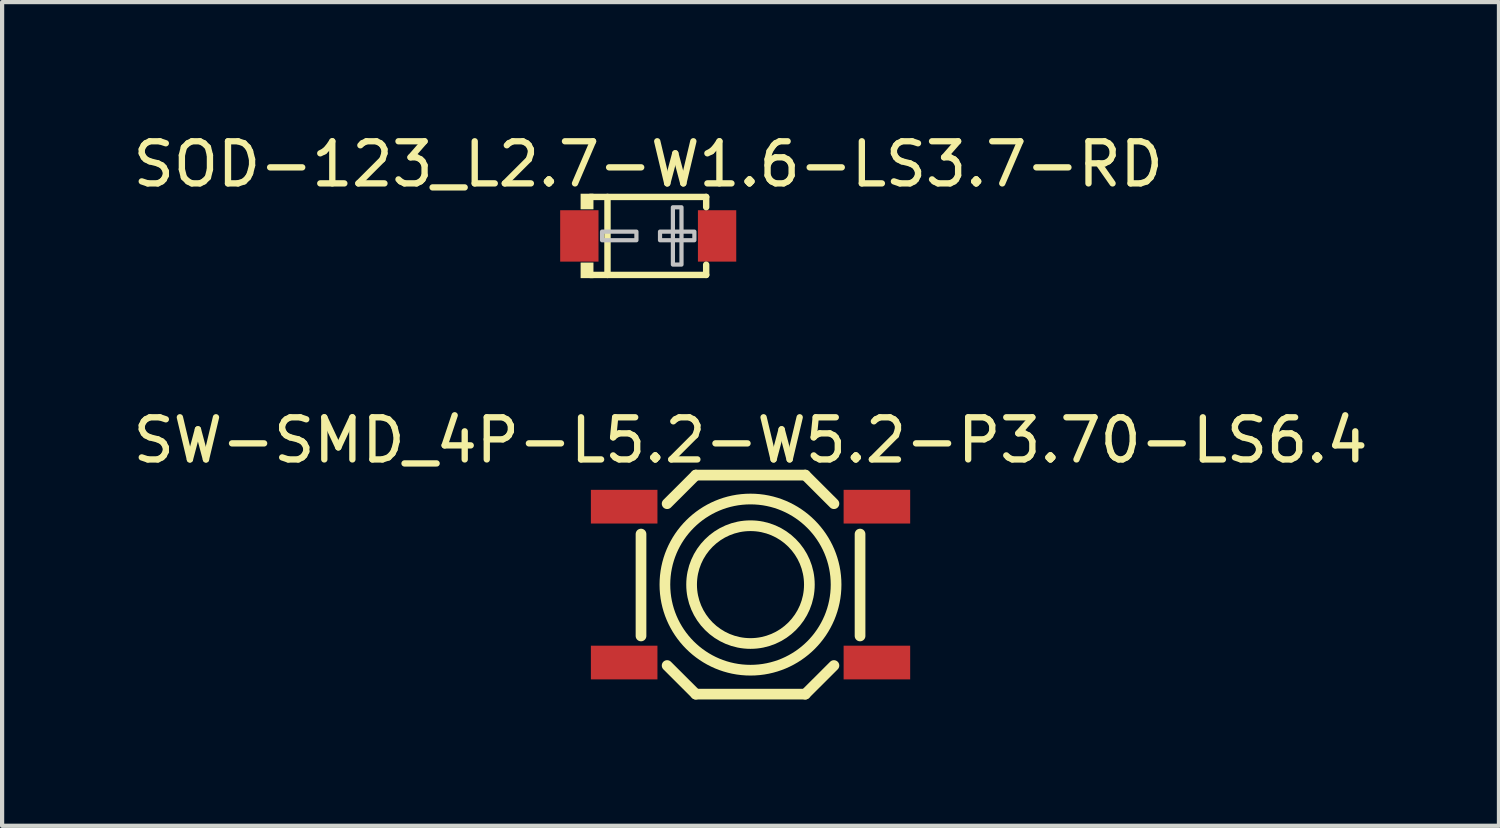
<source format=kicad_pcb>
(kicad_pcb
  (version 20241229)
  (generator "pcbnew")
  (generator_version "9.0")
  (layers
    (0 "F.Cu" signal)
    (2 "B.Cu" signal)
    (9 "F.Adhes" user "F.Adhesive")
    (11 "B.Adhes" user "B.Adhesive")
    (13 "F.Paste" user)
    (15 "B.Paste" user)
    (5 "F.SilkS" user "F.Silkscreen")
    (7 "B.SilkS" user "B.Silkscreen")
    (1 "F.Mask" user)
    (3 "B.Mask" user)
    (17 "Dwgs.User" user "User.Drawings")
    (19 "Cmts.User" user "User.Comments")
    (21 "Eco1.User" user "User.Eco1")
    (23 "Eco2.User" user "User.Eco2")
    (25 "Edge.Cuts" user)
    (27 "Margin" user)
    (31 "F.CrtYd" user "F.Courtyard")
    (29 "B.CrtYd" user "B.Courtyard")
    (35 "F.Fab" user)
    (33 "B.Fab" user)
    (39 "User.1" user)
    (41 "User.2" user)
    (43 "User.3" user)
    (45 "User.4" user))
  (footprint "SOD-123_L2.7-W1.6-LS3.7-RD"
    (layer "F.Cu")
    (at 12.339 2.551)
    (property "Reference" "SOD-123_L2.7-W1.6-LS3.7-RD" (at 0 -1.702 0) (layer "F.SilkS") (effects (font (size 1 1) (thickness 0.15))))
    (fp_line (start -1.376 -0.926) (end 1.376 -0.926) (stroke (width 0.152) (type default)) (layer "F.SilkS"))
    (fp_line (start -1.376 0.926) (end 1.376 0.926) (stroke (width 0.152) (type default)) (layer "F.SilkS"))
    (fp_line (start -0.967 -0.926) (end -0.967 0.926) (stroke (width 0.152) (type default)) (layer "F.SilkS"))
    (fp_line (start 1.376 -0.926) (end 1.376 -0.683) (stroke (width 0.152) (type default)) (layer "F.SilkS"))
    (fp_line (start 1.376 0.926) (end 1.376 0.683) (stroke (width 0.152) (type default)) (layer "F.SilkS"))
    (fp_poly (pts (xy -1.3 -1.002) (xy -1.3 -0.632) (xy -1.605 -0.632) (xy -1.605 -1.002)) (stroke (width 0) (type default)) (fill yes) (layer "F.SilkS"))
    (fp_poly (pts (xy -1.3 1.002) (xy -1.3 0.632) (xy -1.605 0.632) (xy -1.605 1.002)) (stroke (width 0) (type default)) (fill yes) (layer "F.SilkS"))
    (fp_poly (pts (xy -1.096 -0.102) (xy -1.096 0.102) (xy -0.28 0.102) (xy -0.28 -0.102)) (stroke (width 0.1) (type default)) (fill no) (layer "Dwgs.User"))
    (fp_poly (pts (xy 0.79 -0.68) (xy 0.79 0.68) (xy 0.586 0.68) (xy 0.586 -0.68)) (stroke (width 0.1) (type default)) (fill no) (layer "Dwgs.User"))
    (fp_poly (pts (xy 1.096 -0.102) (xy 1.096 0.102) (xy 0.28 0.102) (xy 0.28 -0.102)) (stroke (width 0.1) (type default)) (fill no) (layer "Dwgs.User"))
    (fp_poly (pts (xy -1.845 -0.3) (xy -1.595 -0.3) (xy -1.595 0.3) (xy -1.845 0.3)) (stroke (width 0.1) (type default)) (fill no) (layer "User.1"))
    (fp_poly (pts (xy -1.81 0.3) (xy -1.33 0.3) (xy -1.33 -0.3) (xy -1.81 -0.3)) (stroke (width 0.1) (type default)) (fill no) (layer "User.1"))
    (fp_poly (pts (xy 1.595 -0.3) (xy 1.845 -0.3) (xy 1.845 0.3) (xy 1.595 0.3)) (stroke (width 0.1) (type default)) (fill no) (layer "User.1"))
    (fp_poly (pts (xy 1.81 -0.3) (xy 1.33 -0.3) (xy 1.33 0.3) (xy 1.81 0.3)) (stroke (width 0.1) (type default)) (fill no) (layer "User.1"))
    (fp_line (start -1.345 -0.8) (end 1.345 -0.8) (stroke (width 0.051) (type default)) (layer "User.2"))
    (fp_line (start -1.345 0.8) (end -1.345 -0.8) (stroke (width 0.051) (type default)) (layer "User.2"))
    (fp_line (start 1.345 -0.8) (end 1.345 0.8) (stroke (width 0.051) (type default)) (layer "User.2"))
    (fp_line (start 1.345 0.8) (end -1.345 0.8) (stroke (width 0.051) (type default)) (layer "User.2"))
    (fp_poly (pts (xy -1.795 0.777) (xy -1.827 0.745) (xy -1.873 0.745) (xy -1.905 0.777) (xy -1.905 0.823) (xy -1.873 0.855) (xy -1.827 0.855) (xy -1.795 0.823)) (stroke (width 0.1) (type default)) (fill no) (layer "User.3"))
    (pad "1" smd rect (at -1.635 0) (size 0.91 1.22) (layers "F.Cu" "F.Mask" "F.Paste"))
    (pad "2" smd rect (at 1.635 0) (size 0.91 1.22) (layers "F.Cu" "F.Mask" "F.Paste")))
  (footprint "SW-SMD_4P-L5.2-W5.2-P3.70-LS6.4"
    (layer "F.Cu")
    (at 14.768 10.829)
    (property "Reference" "SW-SMD_4P-L5.2-W5.2-P3.70-LS6.4" (at 0 -3.427 0) (layer "F.SilkS") (effects (font (size 1 1) (thickness 0.15))))
    (fp_line (start -2.6 -1.2) (end -2.6 1.219) (stroke (width 0.254) (type default)) (layer "F.SilkS"))
    (fp_line (start -1.98 1.921) (end -1.3 2.6) (stroke (width 0.254) (type default)) (layer "F.SilkS"))
    (fp_line (start -1.3 -2.6) (end -1.98 -1.921) (stroke (width 0.254) (type default)) (layer "F.SilkS"))
    (fp_line (start -1.3 2.6) (end 1.3 2.6) (stroke (width 0.254) (type default)) (layer "F.SilkS"))
    (fp_line (start 1.3 -2.6) (end -1.3 -2.6) (stroke (width 0.254) (type default)) (layer "F.SilkS"))
    (fp_line (start 1.3 2.6) (end 1.98 1.921) (stroke (width 0.254) (type default)) (layer "F.SilkS"))
    (fp_line (start 1.98 -1.921) (end 1.3 -2.6) (stroke (width 0.254) (type default)) (layer "F.SilkS"))
    (fp_line (start 2.6 -1.2) (end 2.6 1.219) (stroke (width 0.254) (type default)) (layer "F.SilkS"))
    (fp_circle (center -0.001 0) (end 1.397 0) (stroke (width 0.254) (type default)) (fill no) (layer "F.SilkS"))
    (fp_circle (center -0.001 0) (end 2.031 0) (stroke (width 0.254) (type default)) (fill no) (layer "F.SilkS"))
    (fp_poly (pts (xy -3.2 -1.6) (xy -3.2 -2.1) (xy -2.7 -2.1) (xy -2.7 -1.6)) (stroke (width 0.1) (type default)) (fill no) (layer "User.1"))
    (fp_poly (pts (xy -3.2 2.1) (xy -3.2 1.6) (xy -2.7 1.6) (xy -2.7 2.1)) (stroke (width 0.1) (type default)) (fill no) (layer "User.1"))
    (fp_poly (pts (xy -2.71 -1.6) (xy -2.71 -2.1) (xy -1.6 -2.1) (xy -2.1 -1.6)) (stroke (width 0.1) (type default)) (fill no) (layer "User.1"))
    (fp_poly (pts (xy -2.71 2.1) (xy -2.71 1.6) (xy -2.1 1.6) (xy -1.6 2.1)) (stroke (width 0.1) (type default)) (fill no) (layer "User.1"))
    (fp_poly (pts (xy 2.7 -1.6) (xy 2.7 -2.1) (xy 3.2 -2.1) (xy 3.2 -1.6)) (stroke (width 0.1) (type default)) (fill no) (layer "User.1"))
    (fp_poly (pts (xy 2.7 2.1) (xy 2.7 1.6) (xy 3.2 1.6) (xy 3.2 2.1)) (stroke (width 0.1) (type default)) (fill no) (layer "User.1"))
    (fp_poly (pts (xy 2.71 -2.1) (xy 2.71 -1.6) (xy 2.1 -1.6) (xy 1.6 -2.1)) (stroke (width 0.1) (type default)) (fill no) (layer "User.1"))
    (fp_poly (pts (xy 2.71 1.6) (xy 2.71 2.1) (xy 1.6 2.1) (xy 2.1 1.6)) (stroke (width 0.1) (type default)) (fill no) (layer "User.1"))
    (fp_line (start -2.6 -1.3) (end -2.5 -1.3) (stroke (width 0.051) (type default)) (layer "User.2"))
    (fp_line (start -2.6 1.3) (end -2.6 -1.3) (stroke (width 0.051) (type default)) (layer "User.2"))
    (fp_line (start -2.5 -1.3) (end -1.3 -2.5) (stroke (width 0.051) (type default)) (layer "User.2"))
    (fp_line (start -2.5 1.3) (end -2.6 1.3) (stroke (width 0.051) (type default)) (layer "User.2"))
    (fp_line (start -1.3 -2.6) (end 1.3 -2.6) (stroke (width 0.051) (type default)) (layer "User.2"))
    (fp_line (start -1.3 -2.5) (end -1.3 -2.6) (stroke (width 0.051) (type default)) (layer "User.2"))
    (fp_line (start -1.3 2.5) (end -2.5 1.3) (stroke (width 0.051) (type default)) (layer "User.2"))
    (fp_line (start -1.3 2.6) (end -1.3 2.5) (stroke (width 0.051) (type default)) (layer "User.2"))
    (fp_line (start 1.3 -2.6) (end 1.3 -2.5) (stroke (width 0.051) (type default)) (layer "User.2"))
    (fp_line (start 1.3 -2.5) (end 2.5 -1.3) (stroke (width 0.051) (type default)) (layer "User.2"))
    (fp_line (start 1.3 2.5) (end 1.3 2.6) (stroke (width 0.051) (type default)) (layer "User.2"))
    (fp_line (start 1.3 2.6) (end -1.3 2.6) (stroke (width 0.051) (type default)) (layer "User.2"))
    (fp_line (start 2.5 -1.3) (end 2.6 -1.3) (stroke (width 0.051) (type default)) (layer "User.2"))
    (fp_line (start 2.5 1.3) (end 1.3 2.5) (stroke (width 0.051) (type default)) (layer "User.2"))
    (fp_line (start 2.6 -1.3) (end 2.6 1.3) (stroke (width 0.051) (type default)) (layer "User.2"))
    (fp_line (start 2.6 1.3) (end 2.5 1.3) (stroke (width 0.051) (type default)) (layer "User.2"))
    (fp_poly (pts (xy -3.145 -2.623) (xy -3.178 -2.655) (xy -3.223 -2.655) (xy -3.256 -2.623) (xy -3.256 -2.577) (xy -3.223 -2.545) (xy -3.178 -2.545) (xy -3.145 -2.577)) (stroke (width 0.1) (type default)) (fill no) (layer "User.3"))
    (pad "1" smd rect (at -3 -1.85) (size 1.58 0.8) (layers "F.Cu" "F.Mask" "F.Paste"))
    (pad "2" smd rect (at 3 -1.85) (size 1.58 0.8) (layers "F.Cu" "F.Mask" "F.Paste"))
    (pad "3" smd rect (at -3 1.85) (size 1.58 0.8) (layers "F.Cu" "F.Mask" "F.Paste"))
    (pad "4" smd rect (at 3 1.85) (size 1.58 0.8) (layers "F.Cu" "F.Mask" "F.Paste")))
  (gr_rect
    (start -3 -3)
    (end 32.536 16.555)
    (stroke (width 0.1) (type default))
    (fill no)
    (layer "Edge.Cuts")))
</source>
